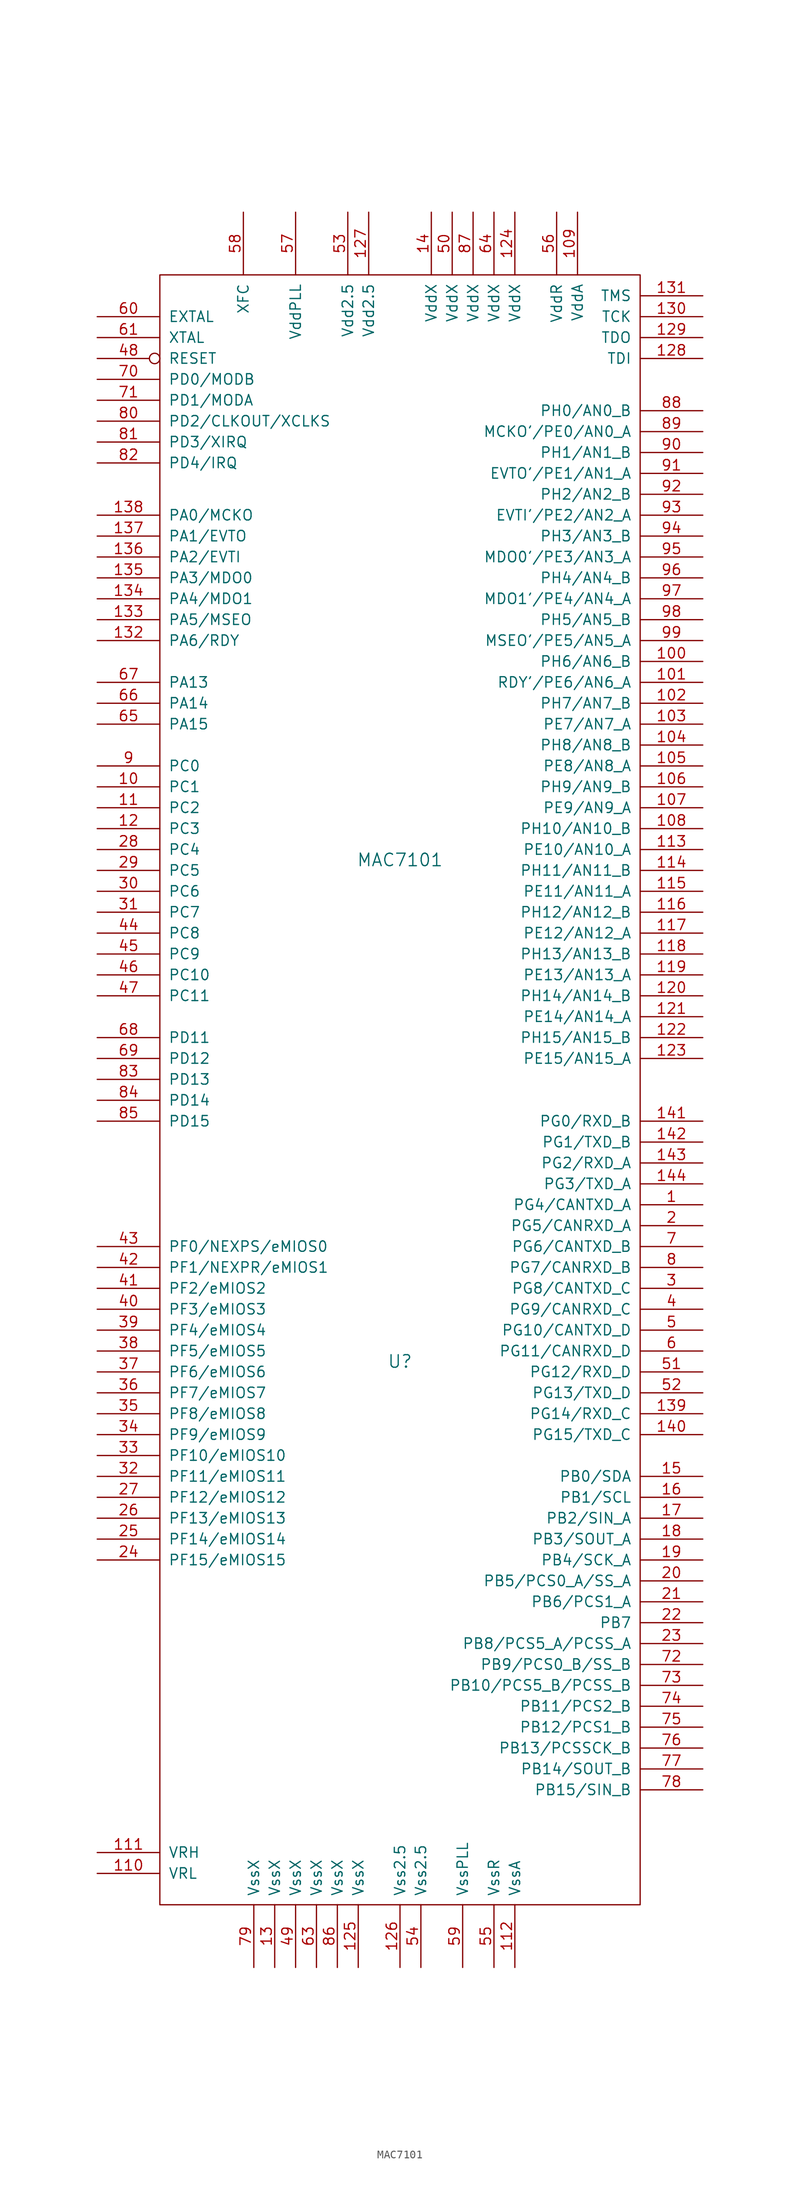
<source format=kicad_sym>
(kicad_symbol_lib
  (version 20211014)
  (generator kicad_symbol_editor)
  (symbol "MAC7101"
    (pin_names
      (offset 1.016))
    (property "Reference" "U"
      (at 0 -43.18 0)
      (effects (font (size 1.524 1.524))))
    (property "Value" "MAC7101"
      (at 0 17.78 0)
      (effects (font (size 1.524 1.524))))
    (property "Footprint" ""
      (at 0 0 0)
      (effects (font (size 1.524 1.524))))
    (property "Datasheet" ""
      (at 0 0 0)
      (effects (font (size 1.524 1.524))))
    (symbol "MAC7101_0_1"
      (rectangle (start 29.21 -109.22) (end -29.21 88.9) (stroke (width 0) (type default) (color 0 0 0 0)) (fill (type none))))
    (symbol "MAC7101_1_1"
      (pin bidirectional line (at 36.83 -24.13 180) (length 7.62) (name "PG4/CANTXD_A" (effects (font (size 1.27 1.27)))) (number "1" (effects (font (size 1.27 1.27)))))
      (pin bidirectional line (at -36.83 26.67 0) (length 7.62) (name "PC1" (effects (font (size 1.27 1.27)))) (number "10" (effects (font (size 1.27 1.27)))))
      (pin bidirectional line (at 36.83 41.91 180) (length 7.62) (name "PH6/AN6_B" (effects (font (size 1.27 1.27)))) (number "100" (effects (font (size 1.27 1.27)))))
      (pin bidirectional line (at 36.83 39.37 180) (length 7.62) (name "RDY'/PE6/AN6_A" (effects (font (size 1.27 1.27)))) (number "101" (effects (font (size 1.27 1.27)))))
      (pin bidirectional line (at 36.83 36.83 180) (length 7.62) (name "PH7/AN7_B" (effects (font (size 1.27 1.27)))) (number "102" (effects (font (size 1.27 1.27)))))
      (pin bidirectional line (at 36.83 34.29 180) (length 7.62) (name "PE7/AN7_A" (effects (font (size 1.27 1.27)))) (number "103" (effects (font (size 1.27 1.27)))))
      (pin bidirectional line (at 36.83 31.75 180) (length 7.62) (name "PH8/AN8_B" (effects (font (size 1.27 1.27)))) (number "104" (effects (font (size 1.27 1.27)))))
      (pin bidirectional line (at 36.83 29.21 180) (length 7.62) (name "PE8/AN8_A" (effects (font (size 1.27 1.27)))) (number "105" (effects (font (size 1.27 1.27)))))
      (pin bidirectional line (at 36.83 26.67 180) (length 7.62) (name "PH9/AN9_B" (effects (font (size 1.27 1.27)))) (number "106" (effects (font (size 1.27 1.27)))))
      (pin bidirectional line (at 36.83 24.13 180) (length 7.62) (name "PE9/AN9_A" (effects (font (size 1.27 1.27)))) (number "107" (effects (font (size 1.27 1.27)))))
      (pin bidirectional line (at 36.83 21.59 180) (length 7.62) (name "PH10/AN10_B" (effects (font (size 1.27 1.27)))) (number "108" (effects (font (size 1.27 1.27)))))
      (pin power_in line (at 21.59 96.52 270) (length 7.62) (name "VddA" (effects (font (size 1.27 1.27)))) (number "109" (effects (font (size 1.27 1.27)))))
      (pin bidirectional line (at -36.83 24.13 0) (length 7.62) (name "PC2" (effects (font (size 1.27 1.27)))) (number "11" (effects (font (size 1.27 1.27)))))
      (pin passive line (at -36.83 -105.41 0) (length 7.62) (name "VRL" (effects (font (size 1.27 1.27)))) (number "110" (effects (font (size 1.27 1.27)))))
      (pin passive line (at -36.83 -102.87 0) (length 7.62) (name "VRH" (effects (font (size 1.27 1.27)))) (number "111" (effects (font (size 1.27 1.27)))))
      (pin power_in line (at 13.97 -116.84 90) (length 7.62) (name "VssA" (effects (font (size 1.27 1.27)))) (number "112" (effects (font (size 1.27 1.27)))))
      (pin bidirectional line (at 36.83 19.05 180) (length 7.62) (name "PE10/AN10_A" (effects (font (size 1.27 1.27)))) (number "113" (effects (font (size 1.27 1.27)))))
      (pin bidirectional line (at 36.83 16.51 180) (length 7.62) (name "PH11/AN11_B" (effects (font (size 1.27 1.27)))) (number "114" (effects (font (size 1.27 1.27)))))
      (pin bidirectional line (at 36.83 13.97 180) (length 7.62) (name "PE11/AN11_A" (effects (font (size 1.27 1.27)))) (number "115" (effects (font (size 1.27 1.27)))))
      (pin bidirectional line (at 36.83 11.43 180) (length 7.62) (name "PH12/AN12_B" (effects (font (size 1.27 1.27)))) (number "116" (effects (font (size 1.27 1.27)))))
      (pin bidirectional line (at 36.83 8.89 180) (length 7.62) (name "PE12/AN12_A" (effects (font (size 1.27 1.27)))) (number "117" (effects (font (size 1.27 1.27)))))
      (pin bidirectional line (at 36.83 6.35 180) (length 7.62) (name "PH13/AN13_B" (effects (font (size 1.27 1.27)))) (number "118" (effects (font (size 1.27 1.27)))))
      (pin bidirectional line (at 36.83 3.81 180) (length 7.62) (name "PE13/AN13_A" (effects (font (size 1.27 1.27)))) (number "119" (effects (font (size 1.27 1.27)))))
      (pin bidirectional line (at -36.83 21.59 0) (length 7.62) (name "PC3" (effects (font (size 1.27 1.27)))) (number "12" (effects (font (size 1.27 1.27)))))
      (pin bidirectional line (at 36.83 1.27 180) (length 7.62) (name "PH14/AN14_B" (effects (font (size 1.27 1.27)))) (number "120" (effects (font (size 1.27 1.27)))))
      (pin bidirectional line (at 36.83 -1.27 180) (length 7.62) (name "PE14/AN14_A" (effects (font (size 1.27 1.27)))) (number "121" (effects (font (size 1.27 1.27)))))
      (pin bidirectional line (at 36.83 -3.81 180) (length 7.62) (name "PH15/AN15_B" (effects (font (size 1.27 1.27)))) (number "122" (effects (font (size 1.27 1.27)))))
      (pin bidirectional line (at 36.83 -6.35 180) (length 7.62) (name "PE15/AN15_A" (effects (font (size 1.27 1.27)))) (number "123" (effects (font (size 1.27 1.27)))))
      (pin power_in line (at 13.97 96.52 270) (length 7.62) (name "VddX" (effects (font (size 1.27 1.27)))) (number "124" (effects (font (size 1.27 1.27)))))
      (pin power_in line (at -5.08 -116.84 90) (length 7.62) (name "VssX" (effects (font (size 1.27 1.27)))) (number "125" (effects (font (size 1.27 1.27)))))
      (pin power_in line (at 0 -116.84 90) (length 7.62) (name "Vss2.5" (effects (font (size 1.27 1.27)))) (number "126" (effects (font (size 1.27 1.27)))))
      (pin power_in line (at -3.81 96.52 270) (length 7.62) (name "Vdd2.5" (effects (font (size 1.27 1.27)))) (number "127" (effects (font (size 1.27 1.27)))))
      (pin input line (at 36.83 78.74 180) (length 7.62) (name "TDI" (effects (font (size 1.27 1.27)))) (number "128" (effects (font (size 1.27 1.27)))))
      (pin output line (at 36.83 81.28 180) (length 7.62) (name "TDO" (effects (font (size 1.27 1.27)))) (number "129" (effects (font (size 1.27 1.27)))))
      (pin power_in line (at -15.24 -116.84 90) (length 7.62) (name "VssX" (effects (font (size 1.27 1.27)))) (number "13" (effects (font (size 1.27 1.27)))))
      (pin input line (at 36.83 83.82 180) (length 7.62) (name "TCK" (effects (font (size 1.27 1.27)))) (number "130" (effects (font (size 1.27 1.27)))))
      (pin input line (at 36.83 86.36 180) (length 7.62) (name "TMS" (effects (font (size 1.27 1.27)))) (number "131" (effects (font (size 1.27 1.27)))))
      (pin bidirectional line (at -36.83 44.45 0) (length 7.62) (name "PA6/RDY" (effects (font (size 1.27 1.27)))) (number "132" (effects (font (size 1.27 1.27)))))
      (pin bidirectional line (at -36.83 46.99 0) (length 7.62) (name "PA5/MSEO" (effects (font (size 1.27 1.27)))) (number "133" (effects (font (size 1.27 1.27)))))
      (pin bidirectional line (at -36.83 49.53 0) (length 7.62) (name "PA4/MDO1" (effects (font (size 1.27 1.27)))) (number "134" (effects (font (size 1.27 1.27)))))
      (pin bidirectional line (at -36.83 52.07 0) (length 7.62) (name "PA3/MDO0" (effects (font (size 1.27 1.27)))) (number "135" (effects (font (size 1.27 1.27)))))
      (pin bidirectional line (at -36.83 54.61 0) (length 7.62) (name "PA2/EVTI" (effects (font (size 1.27 1.27)))) (number "136" (effects (font (size 1.27 1.27)))))
      (pin bidirectional line (at -36.83 57.15 0) (length 7.62) (name "PA1/EVTO" (effects (font (size 1.27 1.27)))) (number "137" (effects (font (size 1.27 1.27)))))
      (pin bidirectional line (at -36.83 59.69 0) (length 7.62) (name "PA0/MCKO" (effects (font (size 1.27 1.27)))) (number "138" (effects (font (size 1.27 1.27)))))
      (pin bidirectional line (at 36.83 -49.53 180) (length 7.62) (name "PG14/RXD_C" (effects (font (size 1.27 1.27)))) (number "139" (effects (font (size 1.27 1.27)))))
      (pin power_in line (at 3.81 96.52 270) (length 7.62) (name "VddX" (effects (font (size 1.27 1.27)))) (number "14" (effects (font (size 1.27 1.27)))))
      (pin bidirectional line (at 36.83 -52.07 180) (length 7.62) (name "PG15/TXD_C" (effects (font (size 1.27 1.27)))) (number "140" (effects (font (size 1.27 1.27)))))
      (pin bidirectional line (at 36.83 -13.97 180) (length 7.62) (name "PG0/RXD_B" (effects (font (size 1.27 1.27)))) (number "141" (effects (font (size 1.27 1.27)))))
      (pin bidirectional line (at 36.83 -16.51 180) (length 7.62) (name "PG1/TXD_B" (effects (font (size 1.27 1.27)))) (number "142" (effects (font (size 1.27 1.27)))))
      (pin bidirectional line (at 36.83 -19.05 180) (length 7.62) (name "PG2/RXD_A" (effects (font (size 1.27 1.27)))) (number "143" (effects (font (size 1.27 1.27)))))
      (pin bidirectional line (at 36.83 -21.59 180) (length 7.62) (name "PG3/TXD_A" (effects (font (size 1.27 1.27)))) (number "144" (effects (font (size 1.27 1.27)))))
      (pin bidirectional line (at 36.83 -57.15 180) (length 7.62) (name "PB0/SDA" (effects (font (size 1.27 1.27)))) (number "15" (effects (font (size 1.27 1.27)))))
      (pin bidirectional line (at 36.83 -59.69 180) (length 7.62) (name "PB1/SCL" (effects (font (size 1.27 1.27)))) (number "16" (effects (font (size 1.27 1.27)))))
      (pin bidirectional line (at 36.83 -62.23 180) (length 7.62) (name "PB2/SIN_A" (effects (font (size 1.27 1.27)))) (number "17" (effects (font (size 1.27 1.27)))))
      (pin bidirectional line (at 36.83 -64.77 180) (length 7.62) (name "PB3/SOUT_A" (effects (font (size 1.27 1.27)))) (number "18" (effects (font (size 1.27 1.27)))))
      (pin bidirectional line (at 36.83 -67.31 180) (length 7.62) (name "PB4/SCK_A" (effects (font (size 1.27 1.27)))) (number "19" (effects (font (size 1.27 1.27)))))
      (pin bidirectional line (at 36.83 -26.67 180) (length 7.62) (name "PG5/CANRXD_A" (effects (font (size 1.27 1.27)))) (number "2" (effects (font (size 1.27 1.27)))))
      (pin bidirectional line (at 36.83 -69.85 180) (length 7.62) (name "PB5/PCS0_A/SS_A" (effects (font (size 1.27 1.27)))) (number "20" (effects (font (size 1.27 1.27)))))
      (pin bidirectional line (at 36.83 -72.39 180) (length 7.62) (name "PB6/PCS1_A" (effects (font (size 1.27 1.27)))) (number "21" (effects (font (size 1.27 1.27)))))
      (pin bidirectional line (at 36.83 -74.93 180) (length 7.62) (name "PB7" (effects (font (size 1.27 1.27)))) (number "22" (effects (font (size 1.27 1.27)))))
      (pin bidirectional line (at 36.83 -77.47 180) (length 7.62) (name "PB8/PCS5_A/PCSS_A" (effects (font (size 1.27 1.27)))) (number "23" (effects (font (size 1.27 1.27)))))
      (pin bidirectional line (at -36.83 -67.31 0) (length 7.62) (name "PF15/eMIOS15" (effects (font (size 1.27 1.27)))) (number "24" (effects (font (size 1.27 1.27)))))
      (pin bidirectional line (at -36.83 -64.77 0) (length 7.62) (name "PF14/eMIOS14" (effects (font (size 1.27 1.27)))) (number "25" (effects (font (size 1.27 1.27)))))
      (pin bidirectional line (at -36.83 -62.23 0) (length 7.62) (name "PF13/eMIOS13" (effects (font (size 1.27 1.27)))) (number "26" (effects (font (size 1.27 1.27)))))
      (pin bidirectional line (at -36.83 -59.69 0) (length 7.62) (name "PF12/eMIOS12" (effects (font (size 1.27 1.27)))) (number "27" (effects (font (size 1.27 1.27)))))
      (pin bidirectional line (at -36.83 19.05 0) (length 7.62) (name "PC4" (effects (font (size 1.27 1.27)))) (number "28" (effects (font (size 1.27 1.27)))))
      (pin bidirectional line (at -36.83 16.51 0) (length 7.62) (name "PC5" (effects (font (size 1.27 1.27)))) (number "29" (effects (font (size 1.27 1.27)))))
      (pin bidirectional line (at 36.83 -34.29 180) (length 7.62) (name "PG8/CANTXD_C" (effects (font (size 1.27 1.27)))) (number "3" (effects (font (size 1.27 1.27)))))
      (pin bidirectional line (at -36.83 13.97 0) (length 7.62) (name "PC6" (effects (font (size 1.27 1.27)))) (number "30" (effects (font (size 1.27 1.27)))))
      (pin bidirectional line (at -36.83 11.43 0) (length 7.62) (name "PC7" (effects (font (size 1.27 1.27)))) (number "31" (effects (font (size 1.27 1.27)))))
      (pin bidirectional line (at -36.83 -57.15 0) (length 7.62) (name "PF11/eMIOS11" (effects (font (size 1.27 1.27)))) (number "32" (effects (font (size 1.27 1.27)))))
      (pin bidirectional line (at -36.83 -54.61 0) (length 7.62) (name "PF10/eMIOS10" (effects (font (size 1.27 1.27)))) (number "33" (effects (font (size 1.27 1.27)))))
      (pin bidirectional line (at -36.83 -52.07 0) (length 7.62) (name "PF9/eMIOS9" (effects (font (size 1.27 1.27)))) (number "34" (effects (font (size 1.27 1.27)))))
      (pin bidirectional line (at -36.83 -49.53 0) (length 7.62) (name "PF8/eMIOS8" (effects (font (size 1.27 1.27)))) (number "35" (effects (font (size 1.27 1.27)))))
      (pin bidirectional line (at -36.83 -46.99 0) (length 7.62) (name "PF7/eMIOS7" (effects (font (size 1.27 1.27)))) (number "36" (effects (font (size 1.27 1.27)))))
      (pin bidirectional line (at -36.83 -44.45 0) (length 7.62) (name "PF6/eMIOS6" (effects (font (size 1.27 1.27)))) (number "37" (effects (font (size 1.27 1.27)))))
      (pin bidirectional line (at -36.83 -41.91 0) (length 7.62) (name "PF5/eMIOS5" (effects (font (size 1.27 1.27)))) (number "38" (effects (font (size 1.27 1.27)))))
      (pin bidirectional line (at -36.83 -39.37 0) (length 7.62) (name "PF4/eMIOS4" (effects (font (size 1.27 1.27)))) (number "39" (effects (font (size 1.27 1.27)))))
      (pin bidirectional line (at 36.83 -36.83 180) (length 7.62) (name "PG9/CANRXD_C" (effects (font (size 1.27 1.27)))) (number "4" (effects (font (size 1.27 1.27)))))
      (pin bidirectional line (at -36.83 -36.83 0) (length 7.62) (name "PF3/eMIOS3" (effects (font (size 1.27 1.27)))) (number "40" (effects (font (size 1.27 1.27)))))
      (pin bidirectional line (at -36.83 -34.29 0) (length 7.62) (name "PF2/eMIOS2" (effects (font (size 1.27 1.27)))) (number "41" (effects (font (size 1.27 1.27)))))
      (pin bidirectional line (at -36.83 -31.75 0) (length 7.62) (name "PF1/NEXPR/eMIOS1" (effects (font (size 1.27 1.27)))) (number "42" (effects (font (size 1.27 1.27)))))
      (pin bidirectional line (at -36.83 -29.21 0) (length 7.62) (name "PF0/NEXPS/eMIOS0" (effects (font (size 1.27 1.27)))) (number "43" (effects (font (size 1.27 1.27)))))
      (pin bidirectional line (at -36.83 8.89 0) (length 7.62) (name "PC8" (effects (font (size 1.27 1.27)))) (number "44" (effects (font (size 1.27 1.27)))))
      (pin bidirectional line (at -36.83 6.35 0) (length 7.62) (name "PC9" (effects (font (size 1.27 1.27)))) (number "45" (effects (font (size 1.27 1.27)))))
      (pin bidirectional line (at -36.83 3.81 0) (length 7.62) (name "PC10" (effects (font (size 1.27 1.27)))) (number "46" (effects (font (size 1.27 1.27)))))
      (pin bidirectional line (at -36.83 1.27 0) (length 7.62) (name "PC11" (effects (font (size 1.27 1.27)))) (number "47" (effects (font (size 1.27 1.27)))))
      (pin bidirectional inverted (at -36.83 78.74 0) (length 7.62) (name "RESET" (effects (font (size 1.27 1.27)))) (number "48" (effects (font (size 1.27 1.27)))))
      (pin power_in line (at -12.7 -116.84 90) (length 7.62) (name "VssX" (effects (font (size 1.27 1.27)))) (number "49" (effects (font (size 1.27 1.27)))))
      (pin bidirectional line (at 36.83 -39.37 180) (length 7.62) (name "PG10/CANTXD_D" (effects (font (size 1.27 1.27)))) (number "5" (effects (font (size 1.27 1.27)))))
      (pin power_in line (at 6.35 96.52 270) (length 7.62) (name "VddX" (effects (font (size 1.27 1.27)))) (number "50" (effects (font (size 1.27 1.27)))))
      (pin bidirectional line (at 36.83 -44.45 180) (length 7.62) (name "PG12/RXD_D" (effects (font (size 1.27 1.27)))) (number "51" (effects (font (size 1.27 1.27)))))
      (pin bidirectional line (at 36.83 -46.99 180) (length 7.62) (name "PG13/TXD_D" (effects (font (size 1.27 1.27)))) (number "52" (effects (font (size 1.27 1.27)))))
      (pin passive line (at -6.35 96.52 270) (length 7.62) (name "Vdd2.5" (effects (font (size 1.27 1.27)))) (number "53" (effects (font (size 1.27 1.27)))))
      (pin passive line (at 2.54 -116.84 90) (length 7.62) (name "Vss2.5" (effects (font (size 1.27 1.27)))) (number "54" (effects (font (size 1.27 1.27)))))
      (pin power_in line (at 11.43 -116.84 90) (length 7.62) (name "VssR" (effects (font (size 1.27 1.27)))) (number "55" (effects (font (size 1.27 1.27)))))
      (pin power_in line (at 19.05 96.52 270) (length 7.62) (name "VddR" (effects (font (size 1.27 1.27)))) (number "56" (effects (font (size 1.27 1.27)))))
      (pin passive line (at -12.7 96.52 270) (length 7.62) (name "VddPLL" (effects (font (size 1.27 1.27)))) (number "57" (effects (font (size 1.27 1.27)))))
      (pin bidirectional line (at -19.05 96.52 270) (length 7.62) (name "XFC" (effects (font (size 1.27 1.27)))) (number "58" (effects (font (size 1.27 1.27)))))
      (pin passive line (at 7.62 -116.84 90) (length 7.62) (name "VssPLL" (effects (font (size 1.27 1.27)))) (number "59" (effects (font (size 1.27 1.27)))))
      (pin bidirectional line (at 36.83 -41.91 180) (length 7.62) (name "PG11/CANRXD_D" (effects (font (size 1.27 1.27)))) (number "6" (effects (font (size 1.27 1.27)))))
      (pin input line (at -36.83 83.82 0) (length 7.62) (name "EXTAL" (effects (font (size 1.27 1.27)))) (number "60" (effects (font (size 1.27 1.27)))))
      (pin output line (at -36.83 81.28 0) (length 7.62) (name "XTAL" (effects (font (size 1.27 1.27)))) (number "61" (effects (font (size 1.27 1.27)))))
      (pin power_in line (at -10.16 -116.84 90) (length 7.62) (name "VssX" (effects (font (size 1.27 1.27)))) (number "63" (effects (font (size 1.27 1.27)))))
      (pin power_in line (at 11.43 96.52 270) (length 7.62) (name "VddX" (effects (font (size 1.27 1.27)))) (number "64" (effects (font (size 1.27 1.27)))))
      (pin bidirectional line (at -36.83 34.29 0) (length 7.62) (name "PA15" (effects (font (size 1.27 1.27)))) (number "65" (effects (font (size 1.27 1.27)))))
      (pin bidirectional line (at -36.83 36.83 0) (length 7.62) (name "PA14" (effects (font (size 1.27 1.27)))) (number "66" (effects (font (size 1.27 1.27)))))
      (pin bidirectional line (at -36.83 39.37 0) (length 7.62) (name "PA13" (effects (font (size 1.27 1.27)))) (number "67" (effects (font (size 1.27 1.27)))))
      (pin bidirectional line (at -36.83 -3.81 0) (length 7.62) (name "PD11" (effects (font (size 1.27 1.27)))) (number "68" (effects (font (size 1.27 1.27)))))
      (pin bidirectional line (at -36.83 -6.35 0) (length 7.62) (name "PD12" (effects (font (size 1.27 1.27)))) (number "69" (effects (font (size 1.27 1.27)))))
      (pin bidirectional line (at 36.83 -29.21 180) (length 7.62) (name "PG6/CANTXD_B" (effects (font (size 1.27 1.27)))) (number "7" (effects (font (size 1.27 1.27)))))
      (pin bidirectional line (at -36.83 76.2 0) (length 7.62) (name "PD0/MODB" (effects (font (size 1.27 1.27)))) (number "70" (effects (font (size 1.27 1.27)))))
      (pin bidirectional line (at -36.83 73.66 0) (length 7.62) (name "PD1/MODA" (effects (font (size 1.27 1.27)))) (number "71" (effects (font (size 1.27 1.27)))))
      (pin bidirectional line (at 36.83 -80.01 180) (length 7.62) (name "PB9/PCS0_B/SS_B" (effects (font (size 1.27 1.27)))) (number "72" (effects (font (size 1.27 1.27)))))
      (pin bidirectional line (at 36.83 -82.55 180) (length 7.62) (name "PB10/PCS5_B/PCSS_B" (effects (font (size 1.27 1.27)))) (number "73" (effects (font (size 1.27 1.27)))))
      (pin bidirectional line (at 36.83 -85.09 180) (length 7.62) (name "PB11/PCS2_B" (effects (font (size 1.27 1.27)))) (number "74" (effects (font (size 1.27 1.27)))))
      (pin bidirectional line (at 36.83 -87.63 180) (length 7.62) (name "PB12/PCS1_B" (effects (font (size 1.27 1.27)))) (number "75" (effects (font (size 1.27 1.27)))))
      (pin bidirectional line (at 36.83 -90.17 180) (length 7.62) (name "PB13/PCSSCK_B" (effects (font (size 1.27 1.27)))) (number "76" (effects (font (size 1.27 1.27)))))
      (pin bidirectional line (at 36.83 -92.71 180) (length 7.62) (name "PB14/SOUT_B" (effects (font (size 1.27 1.27)))) (number "77" (effects (font (size 1.27 1.27)))))
      (pin bidirectional line (at 36.83 -95.25 180) (length 7.62) (name "PB15/SIN_B" (effects (font (size 1.27 1.27)))) (number "78" (effects (font (size 1.27 1.27)))))
      (pin power_in line (at -17.78 -116.84 90) (length 7.62) (name "VssX" (effects (font (size 1.27 1.27)))) (number "79" (effects (font (size 1.27 1.27)))))
      (pin bidirectional line (at 36.83 -31.75 180) (length 7.62) (name "PG7/CANRXD_B" (effects (font (size 1.27 1.27)))) (number "8" (effects (font (size 1.27 1.27)))))
      (pin bidirectional line (at -36.83 71.12 0) (length 7.62) (name "PD2/CLKOUT/XCLKS" (effects (font (size 1.27 1.27)))) (number "80" (effects (font (size 1.27 1.27)))))
      (pin bidirectional line (at -36.83 68.58 0) (length 7.62) (name "PD3/XIRQ" (effects (font (size 1.27 1.27)))) (number "81" (effects (font (size 1.27 1.27)))))
      (pin bidirectional line (at -36.83 66.04 0) (length 7.62) (name "PD4/IRQ" (effects (font (size 1.27 1.27)))) (number "82" (effects (font (size 1.27 1.27)))))
      (pin bidirectional line (at -36.83 -8.89 0) (length 7.62) (name "PD13" (effects (font (size 1.27 1.27)))) (number "83" (effects (font (size 1.27 1.27)))))
      (pin bidirectional line (at -36.83 -11.43 0) (length 7.62) (name "PD14" (effects (font (size 1.27 1.27)))) (number "84" (effects (font (size 1.27 1.27)))))
      (pin bidirectional line (at -36.83 -13.97 0) (length 7.62) (name "PD15" (effects (font (size 1.27 1.27)))) (number "85" (effects (font (size 1.27 1.27)))))
      (pin power_in line (at -7.62 -116.84 90) (length 7.62) (name "VssX" (effects (font (size 1.27 1.27)))) (number "86" (effects (font (size 1.27 1.27)))))
      (pin power_in line (at 8.89 96.52 270) (length 7.62) (name "VddX" (effects (font (size 1.27 1.27)))) (number "87" (effects (font (size 1.27 1.27)))))
      (pin bidirectional line (at 36.83 72.39 180) (length 7.62) (name "PH0/AN0_B" (effects (font (size 1.27 1.27)))) (number "88" (effects (font (size 1.27 1.27)))))
      (pin bidirectional line (at 36.83 69.85 180) (length 7.62) (name "MCKO'/PE0/AN0_A" (effects (font (size 1.27 1.27)))) (number "89" (effects (font (size 1.27 1.27)))))
      (pin bidirectional line (at -36.83 29.21 0) (length 7.62) (name "PC0" (effects (font (size 1.27 1.27)))) (number "9" (effects (font (size 1.27 1.27)))))
      (pin bidirectional line (at 36.83 67.31 180) (length 7.62) (name "PH1/AN1_B" (effects (font (size 1.27 1.27)))) (number "90" (effects (font (size 1.27 1.27)))))
      (pin bidirectional line (at 36.83 64.77 180) (length 7.62) (name "EVTO'/PE1/AN1_A" (effects (font (size 1.27 1.27)))) (number "91" (effects (font (size 1.27 1.27)))))
      (pin bidirectional line (at 36.83 62.23 180) (length 7.62) (name "PH2/AN2_B" (effects (font (size 1.27 1.27)))) (number "92" (effects (font (size 1.27 1.27)))))
      (pin bidirectional line (at 36.83 59.69 180) (length 7.62) (name "EVTI'/PE2/AN2_A" (effects (font (size 1.27 1.27)))) (number "93" (effects (font (size 1.27 1.27)))))
      (pin bidirectional line (at 36.83 57.15 180) (length 7.62) (name "PH3/AN3_B" (effects (font (size 1.27 1.27)))) (number "94" (effects (font (size 1.27 1.27)))))
      (pin bidirectional line (at 36.83 54.61 180) (length 7.62) (name "MDO0'/PE3/AN3_A" (effects (font (size 1.27 1.27)))) (number "95" (effects (font (size 1.27 1.27)))))
      (pin bidirectional line (at 36.83 52.07 180) (length 7.62) (name "PH4/AN4_B" (effects (font (size 1.27 1.27)))) (number "96" (effects (font (size 1.27 1.27)))))
      (pin bidirectional line (at 36.83 49.53 180) (length 7.62) (name "MDO1'/PE4/AN4_A" (effects (font (size 1.27 1.27)))) (number "97" (effects (font (size 1.27 1.27)))))
      (pin bidirectional line (at 36.83 46.99 180) (length 7.62) (name "PH5/AN5_B" (effects (font (size 1.27 1.27)))) (number "98" (effects (font (size 1.27 1.27)))))
      (pin bidirectional line (at 36.83 44.45 180) (length 7.62) (name "MSEO'/PE5/AN5_A" (effects (font (size 1.27 1.27)))) (number "99" (effects (font (size 1.27 1.27))))))))
</source>
